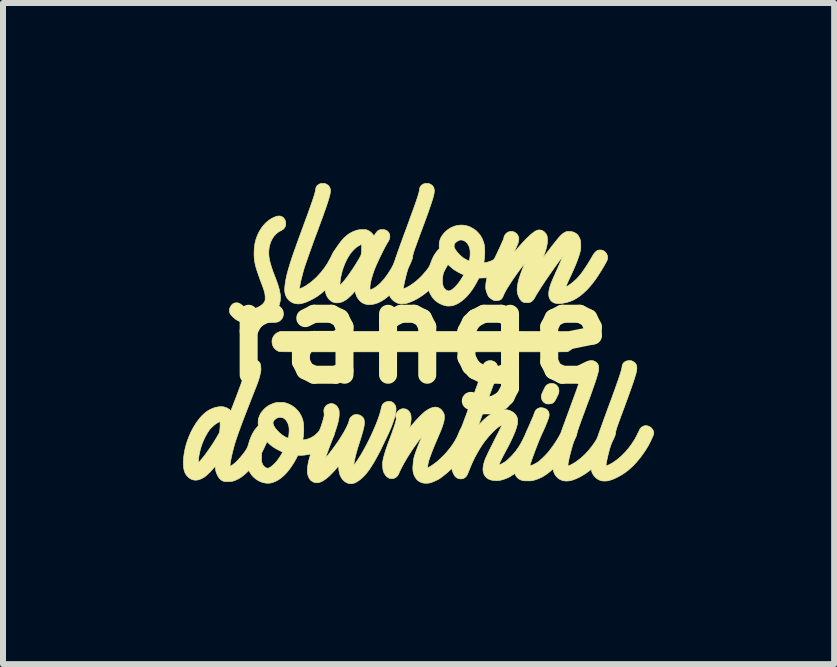
<source format=kicad_pcb>
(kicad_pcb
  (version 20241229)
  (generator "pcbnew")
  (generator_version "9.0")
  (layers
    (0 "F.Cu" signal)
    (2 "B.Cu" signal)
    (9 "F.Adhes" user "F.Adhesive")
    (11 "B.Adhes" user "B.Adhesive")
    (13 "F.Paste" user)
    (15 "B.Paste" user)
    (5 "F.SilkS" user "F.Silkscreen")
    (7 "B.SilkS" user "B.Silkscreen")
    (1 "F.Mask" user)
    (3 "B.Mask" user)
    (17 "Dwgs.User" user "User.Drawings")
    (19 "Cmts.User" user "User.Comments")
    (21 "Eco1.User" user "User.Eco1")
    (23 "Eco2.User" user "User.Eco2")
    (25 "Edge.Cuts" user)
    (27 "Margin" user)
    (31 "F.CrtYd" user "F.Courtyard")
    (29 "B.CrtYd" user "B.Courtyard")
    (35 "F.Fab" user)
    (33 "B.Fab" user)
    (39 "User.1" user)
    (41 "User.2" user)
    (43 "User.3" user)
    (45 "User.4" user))
  (footprint "range"
    (layer "F.Cu")
    (at 3.923 2.504)
    (property "Reference" "range" (at 0 0 0) (layer "F.SilkS") (effects (font (size 1.524 1.524) (thickness 0.3))))
    (attr through_hole)
    (fp_poly (pts (xy 2.245 0.836) (xy 2.273 0.845) (xy 2.297 0.86) (xy 2.307 0.871) (xy 2.325 0.895) (xy 2.335 0.92) (xy 2.339 0.949) (xy 2.339 0.957) (xy 2.339 0.968) (xy 2.338 0.978) (xy 2.336 0.988) (xy 2.333 0.999) (xy 2.327 1.013) (xy 2.319 1.032) (xy 2.307 1.056) (xy 2.291 1.089) (xy 2.277 1.115) (xy 2.264 1.135) (xy 2.251 1.149) (xy 2.238 1.16) (xy 2.223 1.167) (xy 2.214 1.17) (xy 2.191 1.175) (xy 2.165 1.176) (xy 2.141 1.175) (xy 2.124 1.171) (xy 2.097 1.157) (xy 2.075 1.137) (xy 2.059 1.113) (xy 2.049 1.085) (xy 2.045 1.055) (xy 2.049 1.024) (xy 2.049 1.022) (xy 2.053 1.013) (xy 2.059 0.997) (xy 2.068 0.978) (xy 2.078 0.956) (xy 2.085 0.942) (xy 2.098 0.916) (xy 2.108 0.896) (xy 2.117 0.882) (xy 2.125 0.871) (xy 2.133 0.863) (xy 2.134 0.862) (xy 2.159 0.846) (xy 2.186 0.837) (xy 2.216 0.833) (xy 2.245 0.836)) (stroke (width 0.01) (type solid)) (fill yes) (layer "F.SilkS"))
    (fp_poly (pts (xy 0.411 -0.034) (xy 0.564 -0.034) (xy 0.71 -0.034) (xy 0.847 -0.034) (xy 0.978 -0.034) (xy 1.101 -0.034) (xy 1.217 -0.034) (xy 1.326 -0.034) (xy 1.429 -0.034) (xy 1.525 -0.034) (xy 1.615 -0.034) (xy 1.699 -0.034) (xy 1.778 -0.033) (xy 1.85 -0.033) (xy 1.918 -0.033) (xy 1.98 -0.033) (xy 2.038 -0.033) (xy 2.091 -0.033) (xy 2.139 -0.033) (xy 2.183 -0.033) (xy 2.223 -0.032) (xy 2.259 -0.032) (xy 2.291 -0.032) (xy 2.32 -0.032) (xy 2.346 -0.032) (xy 2.368 -0.031) (xy 2.388 -0.031) (xy 2.405 -0.031) (xy 2.42 -0.03) (xy 2.432 -0.03) (xy 2.443 -0.03) (xy 2.452 -0.029) (xy 2.459 -0.029) (xy 2.465 -0.028) (xy 2.469 -0.028) (xy 2.473 -0.028) (xy 2.476 -0.027) (xy 2.478 -0.026) (xy 2.48 -0.026) (xy 2.481 -0.026) (xy 2.515 -0.011) (xy 2.544 0.009) (xy 2.567 0.033) (xy 2.584 0.061) (xy 2.596 0.092) (xy 2.601 0.124) (xy 2.601 0.156) (xy 2.595 0.188) (xy 2.582 0.219) (xy 2.564 0.247) (xy 2.539 0.272) (xy 2.508 0.292) (xy 2.503 0.295) (xy 2.479 0.307) (xy 0.087 0.308) (xy -0.083 0.308) (xy -0.245 0.308) (xy -0.399 0.308) (xy -0.545 0.308) (xy -0.684 0.308) (xy -0.815 0.308) (xy -0.938 0.308) (xy -1.055 0.308) (xy -1.165 0.308) (xy -1.268 0.308) (xy -1.365 0.308) (xy -1.456 0.308) (xy -1.541 0.308) (xy -1.62 0.308) (xy -1.693 0.308) (xy -1.761 0.308) (xy -1.824 0.308) (xy -1.882 0.308) (xy -1.935 0.308) (xy -1.984 0.308) (xy -2.028 0.307) (xy -2.069 0.307) (xy -2.105 0.307) (xy -2.138 0.307) (xy -2.167 0.307) (xy -2.193 0.306) (xy -2.216 0.306) (xy -2.236 0.306) (xy -2.253 0.306) (xy -2.268 0.305) (xy -2.28 0.305) (xy -2.291 0.305) (xy -2.3 0.304) (xy -2.307 0.304) (xy -2.313 0.303) (xy -2.317 0.303) (xy -2.32 0.302) (xy -2.323 0.302) (xy -2.325 0.301) (xy -2.327 0.301) (xy -2.36 0.285) (xy -2.388 0.263) (xy -2.411 0.237) (xy -2.427 0.208) (xy -2.437 0.176) (xy -2.442 0.144) (xy -2.44 0.11) (xy -2.431 0.078) (xy -2.416 0.047) (xy -2.394 0.02) (xy -2.376 0.003) (xy -2.349 -0.014) (xy -2.322 -0.025) (xy -2.294 -0.034) (xy 0.25 -0.034) (xy 0.411 -0.034)) (stroke (width 0.01) (type solid)) (fill yes) (layer "F.SilkS"))
    (fp_poly (pts (xy -2.294 -1.952) (xy -2.269 -1.941) (xy -2.247 -1.923) (xy -2.23 -1.9) (xy -2.218 -1.873) (xy -2.213 -1.842) (xy -2.213 -1.835) (xy -2.215 -1.802) (xy -2.223 -1.774) (xy -2.238 -1.751) (xy -2.259 -1.731) (xy -2.287 -1.715) (xy -2.333 -1.689) (xy -2.374 -1.656) (xy -2.409 -1.617) (xy -2.439 -1.572) (xy -2.463 -1.522) (xy -2.48 -1.467) (xy -2.487 -1.438) (xy -2.492 -1.4) (xy -2.495 -1.361) (xy -2.495 -1.321) (xy -2.492 -1.28) (xy -2.485 -1.237) (xy -2.475 -1.19) (xy -2.461 -1.14) (xy -2.444 -1.085) (xy -2.423 -1.024) (xy -2.397 -0.957) (xy -2.388 -0.934) (xy -2.364 -0.871) (xy -2.344 -0.814) (xy -2.328 -0.761) (xy -2.316 -0.713) (xy -2.307 -0.667) (xy -2.302 -0.637) (xy -2.3 -0.585) (xy -2.306 -0.531) (xy -2.319 -0.477) (xy -2.339 -0.424) (xy -2.367 -0.374) (xy -2.373 -0.364) (xy -2.389 -0.343) (xy -2.411 -0.319) (xy -2.435 -0.294) (xy -2.46 -0.272) (xy -2.484 -0.254) (xy -2.487 -0.251) (xy -2.532 -0.224) (xy -2.581 -0.201) (xy -2.633 -0.182) (xy -2.683 -0.168) (xy -2.689 -0.167) (xy -2.718 -0.163) (xy -2.75 -0.16) (xy -2.784 -0.159) (xy -2.817 -0.159) (xy -2.844 -0.161) (xy -2.848 -0.161) (xy -2.909 -0.173) (xy -2.966 -0.191) (xy -3.019 -0.217) (xy -3.046 -0.234) (xy -3.066 -0.25) (xy -3.087 -0.268) (xy -3.107 -0.288) (xy -3.124 -0.307) (xy -3.137 -0.325) (xy -3.141 -0.332) (xy -3.149 -0.359) (xy -3.151 -0.388) (xy -3.145 -0.418) (xy -3.133 -0.446) (xy -3.114 -0.473) (xy -3.113 -0.474) (xy -3.092 -0.493) (xy -3.067 -0.505) (xy -3.039 -0.509) (xy -3.029 -0.51) (xy -3.007 -0.507) (xy -2.986 -0.5) (xy -2.964 -0.487) (xy -2.939 -0.468) (xy -2.933 -0.463) (xy -2.899 -0.437) (xy -2.865 -0.42) (xy -2.829 -0.41) (xy -2.79 -0.407) (xy -2.761 -0.409) (xy -2.722 -0.417) (xy -2.683 -0.431) (xy -2.648 -0.449) (xy -2.616 -0.471) (xy -2.589 -0.496) (xy -2.568 -0.522) (xy -2.565 -0.529) (xy -2.56 -0.539) (xy -2.557 -0.548) (xy -2.556 -0.559) (xy -2.555 -0.575) (xy -2.555 -0.597) (xy -2.555 -0.616) (xy -2.557 -0.634) (xy -2.559 -0.651) (xy -2.562 -0.67) (xy -2.567 -0.691) (xy -2.574 -0.714) (xy -2.583 -0.741) (xy -2.594 -0.774) (xy -2.608 -0.812) (xy -2.623 -0.851) (xy -2.646 -0.913) (xy -2.665 -0.968) (xy -2.682 -1.017) (xy -2.697 -1.061) (xy -2.708 -1.1) (xy -2.718 -1.136) (xy -2.725 -1.169) (xy -2.731 -1.201) (xy -2.735 -1.232) (xy -2.738 -1.264) (xy -2.74 -1.296) (xy -2.74 -1.33) (xy -2.74 -1.336) (xy -2.737 -1.417) (xy -2.727 -1.493) (xy -2.709 -1.565) (xy -2.685 -1.633) (xy -2.653 -1.698) (xy -2.614 -1.76) (xy -2.582 -1.802) (xy -2.552 -1.834) (xy -2.52 -1.863) (xy -2.485 -1.89) (xy -2.449 -1.913) (xy -2.412 -1.932) (xy -2.377 -1.946) (xy -2.345 -1.954) (xy -2.323 -1.956) (xy -2.294 -1.952)) (stroke (width 0.01) (type solid)) (fill yes) (layer "F.SilkS"))
    (fp_poly (pts (xy -2.739 0.437) (xy -2.712 0.443) (xy -2.697 0.449) (xy -2.674 0.461) (xy -2.657 0.474) (xy -2.645 0.49) (xy -2.637 0.508) (xy -2.631 0.533) (xy -2.628 0.561) (xy -2.626 0.579) (xy -2.626 0.594) (xy -2.626 0.608) (xy -2.627 0.622) (xy -2.63 0.638) (xy -2.635 0.661) (xy -2.637 0.672) (xy -2.644 0.704) (xy -2.651 0.733) (xy -2.66 0.762) (xy -2.67 0.793) (xy -2.682 0.827) (xy -2.697 0.866) (xy -2.704 0.885) (xy -2.744 0.986) (xy -2.781 1.08) (xy -2.815 1.167) (xy -2.847 1.248) (xy -2.875 1.322) (xy -2.902 1.39) (xy -2.926 1.453) (xy -2.947 1.511) (xy -2.967 1.564) (xy -2.985 1.614) (xy -3.002 1.659) (xy -3.016 1.701) (xy -3.03 1.74) (xy -3.042 1.777) (xy -3.053 1.811) (xy -3.063 1.844) (xy -3.072 1.875) (xy -3.08 1.906) (xy -3.088 1.936) (xy -3.096 1.966) (xy -3.096 1.967) (xy -3.105 2.005) (xy -3.114 2.042) (xy -3.121 2.078) (xy -3.128 2.111) (xy -3.133 2.142) (xy -3.137 2.168) (xy -3.139 2.189) (xy -3.14 2.204) (xy -3.139 2.213) (xy -3.138 2.214) (xy -3.133 2.212) (xy -3.122 2.206) (xy -3.108 2.197) (xy -3.1 2.192) (xy -3.073 2.171) (xy -3.042 2.144) (xy -3.01 2.112) (xy -3.005 2.107) (xy -2.616 2.107) (xy -2.615 2.122) (xy -2.614 2.134) (xy -2.612 2.146) (xy -2.608 2.158) (xy -2.608 2.158) (xy -2.595 2.188) (xy -2.576 2.214) (xy -2.552 2.233) (xy -2.545 2.237) (xy -2.529 2.244) (xy -2.516 2.247) (xy -2.502 2.245) (xy -2.485 2.238) (xy -2.477 2.234) (xy -2.458 2.222) (xy -2.436 2.205) (xy -2.413 2.183) (xy -2.388 2.159) (xy -2.365 2.133) (xy -2.345 2.107) (xy -2.341 2.103) (xy -2.33 2.086) (xy -2.317 2.067) (xy -2.304 2.047) (xy -2.292 2.028) (xy -2.281 2.01) (xy -2.272 1.995) (xy -2.266 1.985) (xy -2.265 1.981) (xy -2.268 1.978) (xy -2.278 1.972) (xy -2.293 1.964) (xy -2.311 1.955) (xy -2.317 1.952) (xy -2.37 1.925) (xy -2.418 1.895) (xy -2.462 1.863) (xy -2.492 1.836) (xy -2.526 1.803) (xy -2.534 1.823) (xy -2.538 1.834) (xy -2.545 1.85) (xy -2.555 1.87) (xy -2.566 1.894) (xy -2.577 1.918) (xy -2.613 1.992) (xy -2.615 2.06) (xy -2.616 2.087) (xy -2.616 2.107) (xy -3.005 2.107) (xy -2.977 2.076) (xy -2.945 2.038) (xy -2.914 1.999) (xy -2.886 1.96) (xy -2.871 1.937) (xy -2.859 1.916) (xy -2.849 1.896) (xy -2.841 1.873) (xy -2.836 1.856) (xy -2.815 1.785) (xy -2.79 1.721) (xy -2.762 1.663) (xy -2.731 1.612) (xy -2.696 1.569) (xy -2.693 1.565) (xy -2.681 1.552) (xy -2.673 1.542) (xy -2.669 1.534) (xy -2.669 1.533) (xy -2.671 1.526) (xy -2.672 1.512) (xy -2.672 1.494) (xy -2.672 1.482) (xy -2.424 1.482) (xy -2.423 1.502) (xy -2.42 1.517) (xy -2.409 1.543) (xy -2.392 1.571) (xy -2.37 1.6) (xy -2.343 1.63) (xy -2.314 1.658) (xy -2.282 1.685) (xy -2.25 1.707) (xy -2.219 1.726) (xy -2.202 1.734) (xy -2.189 1.739) (xy -2.178 1.743) (xy -2.173 1.744) (xy -2.17 1.74) (xy -2.167 1.73) (xy -2.164 1.716) (xy -2.163 1.713) (xy -2.161 1.696) (xy -2.159 1.674) (xy -2.157 1.649) (xy -2.156 1.632) (xy -2.156 1.592) (xy -2.159 1.558) (xy -2.167 1.527) (xy -2.178 1.496) (xy -2.184 1.483) (xy -2.204 1.452) (xy -2.227 1.428) (xy -2.253 1.41) (xy -2.281 1.401) (xy -2.31 1.398) (xy -2.339 1.403) (xy -2.368 1.416) (xy -2.395 1.437) (xy -2.405 1.446) (xy -2.418 1.464) (xy -2.424 1.482) (xy -2.672 1.482) (xy -2.672 1.474) (xy -2.671 1.455) (xy -2.669 1.437) (xy -2.667 1.425) (xy -2.66 1.4) (xy -2.649 1.372) (xy -2.636 1.345) (xy -2.621 1.32) (xy -2.62 1.318) (xy -2.605 1.299) (xy -2.586 1.277) (xy -2.565 1.255) (xy -2.543 1.235) (xy -2.524 1.22) (xy -2.522 1.218) (xy -2.474 1.19) (xy -2.421 1.168) (xy -2.402 1.161) (xy -2.385 1.157) (xy -2.37 1.153) (xy -2.355 1.151) (xy -2.336 1.15) (xy -2.312 1.15) (xy -2.305 1.15) (xy -2.278 1.15) (xy -2.258 1.151) (xy -2.241 1.152) (xy -2.226 1.155) (xy -2.214 1.159) (xy -2.157 1.179) (xy -2.106 1.206) (xy -2.059 1.24) (xy -2.018 1.28) (xy -1.983 1.325) (xy -1.954 1.376) (xy -1.932 1.431) (xy -1.927 1.45) (xy -1.921 1.478) (xy -1.916 1.512) (xy -1.914 1.552) (xy -1.913 1.594) (xy -1.913 1.637) (xy -1.916 1.679) (xy -1.92 1.718) (xy -1.922 1.734) (xy -1.925 1.753) (xy -1.926 1.766) (xy -1.925 1.772) (xy -1.92 1.775) (xy -1.911 1.774) (xy -1.902 1.773) (xy -1.849 1.761) (xy -1.798 1.741) (xy -1.749 1.714) (xy -1.744 1.71) (xy -1.729 1.699) (xy -1.711 1.683) (xy -1.692 1.665) (xy -1.674 1.647) (xy -1.66 1.63) (xy -1.656 1.625) (xy -1.65 1.615) (xy -1.643 1.6) (xy -1.634 1.578) (xy -1.624 1.549) (xy -1.612 1.513) (xy -1.601 1.477) (xy -1.59 1.441) (xy -1.582 1.412) (xy -1.576 1.388) (xy -1.573 1.368) (xy -1.572 1.351) (xy -1.573 1.336) (xy -1.575 1.321) (xy -1.578 1.288) (xy -1.574 1.259) (xy -1.568 1.243) (xy -1.55 1.216) (xy -1.527 1.194) (xy -1.5 1.179) (xy -1.471 1.171) (xy -1.441 1.17) (xy -1.421 1.174) (xy -1.392 1.187) (xy -1.367 1.206) (xy -1.347 1.233) (xy -1.339 1.247) (xy -1.332 1.262) (xy -1.327 1.275) (xy -1.324 1.288) (xy -1.323 1.304) (xy -1.322 1.323) (xy -1.322 1.358) (xy -1.325 1.397) (xy -1.332 1.438) (xy -1.342 1.484) (xy -1.356 1.535) (xy -1.374 1.592) (xy -1.38 1.609) (xy -1.387 1.632) (xy -1.394 1.652) (xy -1.399 1.67) (xy -1.403 1.682) (xy -1.403 1.685) (xy -1.407 1.698) (xy -1.413 1.713) (xy -1.417 1.72) (xy -1.42 1.728) (xy -1.426 1.742) (xy -1.434 1.762) (xy -1.443 1.786) (xy -1.454 1.814) (xy -1.466 1.844) (xy -1.478 1.876) (xy -1.49 1.909) (xy -1.502 1.94) (xy -1.513 1.971) (xy -1.523 1.999) (xy -1.532 2.023) (xy -1.539 2.044) (xy -1.545 2.059) (xy -1.547 2.067) (xy -1.548 2.069) (xy -1.544 2.067) (xy -1.536 2.059) (xy -1.524 2.046) (xy -1.509 2.028) (xy -1.492 2.006) (xy -1.472 1.981) (xy -1.451 1.953) (xy -1.43 1.925) (xy -1.408 1.895) (xy -1.386 1.865) (xy -1.365 1.836) (xy -1.346 1.809) (xy -1.329 1.784) (xy -1.327 1.78) (xy -1.286 1.716) (xy -1.25 1.657) (xy -1.22 1.603) (xy -1.195 1.554) (xy -1.175 1.51) (xy -1.16 1.468) (xy -1.152 1.437) (xy -1.146 1.422) (xy -1.138 1.407) (xy -1.137 1.406) (xy -1.124 1.392) (xy -1.108 1.378) (xy -1.09 1.365) (xy -1.073 1.357) (xy -1.068 1.355) (xy -1.038 1.351) (xy -1.008 1.354) (xy -0.978 1.363) (xy -0.951 1.378) (xy -0.929 1.398) (xy -0.913 1.42) (xy -0.907 1.439) (xy -0.903 1.464) (xy -0.902 1.493) (xy -0.904 1.524) (xy -0.908 1.547) (xy -0.915 1.58) (xy -0.925 1.62) (xy -0.938 1.668) (xy -0.954 1.722) (xy -0.973 1.783) (xy -0.995 1.851) (xy -0.997 1.858) (xy -1.011 1.901) (xy -1.024 1.945) (xy -1.036 1.988) (xy -1.047 2.029) (xy -1.056 2.068) (xy -1.064 2.103) (xy -1.07 2.133) (xy -1.074 2.158) (xy -1.075 2.175) (xy -1.075 2.194) (xy -1.065 2.182) (xy -1.058 2.172) (xy -1.047 2.156) (xy -1.033 2.135) (xy -1.017 2.112) (xy -1.001 2.087) (xy -0.985 2.062) (xy -0.969 2.038) (xy -0.956 2.016) (xy -0.952 2.009) (xy -0.91 1.936) (xy -0.868 1.857) (xy -0.825 1.774) (xy -0.784 1.688) (xy -0.745 1.601) (xy -0.709 1.516) (xy -0.704 1.504) (xy -0.684 1.452) (xy -0.667 1.406) (xy -0.653 1.364) (xy -0.64 1.324) (xy -0.63 1.284) (xy -0.624 1.26) (xy -0.617 1.231) (xy -0.611 1.209) (xy -0.604 1.192) (xy -0.596 1.179) (xy -0.586 1.168) (xy -0.573 1.159) (xy -0.568 1.155) (xy -0.537 1.14) (xy -0.506 1.132) (xy -0.476 1.132) (xy -0.447 1.141) (xy -0.421 1.157) (xy -0.414 1.163) (xy -0.395 1.187) (xy -0.381 1.215) (xy -0.375 1.247) (xy -0.376 1.285) (xy -0.379 1.309) (xy -0.387 1.351) (xy -0.397 1.393) (xy -0.409 1.436) (xy -0.424 1.48) (xy -0.441 1.527) (xy -0.461 1.578) (xy -0.485 1.633) (xy -0.512 1.693) (xy -0.543 1.759) (xy -0.553 1.779) (xy -0.568 1.81) (xy -0.583 1.841) (xy -0.596 1.869) (xy -0.609 1.894) (xy -0.618 1.915) (xy -0.625 1.929) (xy -0.627 1.933) (xy -0.634 1.948) (xy -0.644 1.968) (xy -0.657 1.992) (xy -0.67 2.017) (xy -0.681 2.037) (xy -0.72 2.108) (xy -0.757 2.171) (xy -0.792 2.227) (xy -0.826 2.277) (xy -0.859 2.321) (xy -0.892 2.36) (xy -0.925 2.394) (xy -0.958 2.424) (xy -0.986 2.446) (xy -1.025 2.472) (xy -1.06 2.491) (xy -1.094 2.502) (xy -1.126 2.505) (xy -1.157 2.502) (xy -1.168 2.5) (xy -1.203 2.485) (xy -1.236 2.464) (xy -1.264 2.436) (xy -1.288 2.403) (xy -1.307 2.365) (xy -1.32 2.322) (xy -1.328 2.277) (xy -1.329 2.246) (xy -1.33 2.23) (xy -1.331 2.217) (xy -1.332 2.211) (xy -1.332 2.21) (xy -1.336 2.213) (xy -1.344 2.222) (xy -1.355 2.234) (xy -1.365 2.247) (xy -1.402 2.289) (xy -1.44 2.33) (xy -1.478 2.368) (xy -1.516 2.402) (xy -1.553 2.431) (xy -1.583 2.452) (xy -1.617 2.47) (xy -1.647 2.482) (xy -1.677 2.488) (xy -1.702 2.489) (xy -1.736 2.483) (xy -1.767 2.47) (xy -1.794 2.45) (xy -1.817 2.423) (xy -1.834 2.39) (xy -1.847 2.351) (xy -1.848 2.345) (xy -1.853 2.312) (xy -1.853 2.274) (xy -1.849 2.23) (xy -1.842 2.182) (xy -1.832 2.131) (xy -1.818 2.078) (xy -1.813 2.063) (xy -1.808 2.044) (xy -1.804 2.028) (xy -1.801 2.017) (xy -1.8 2.012) (xy -1.8 2.012) (xy -1.805 2.012) (xy -1.816 2.014) (xy -1.829 2.017) (xy -1.858 2.022) (xy -1.891 2.027) (xy -1.926 2.03) (xy -1.96 2.032) (xy -1.975 2.032) (xy -2.011 2.032) (xy -2.028 2.066) (xy -2.049 2.105) (xy -2.073 2.148) (xy -2.1 2.191) (xy -2.127 2.231) (xy -2.15 2.263) (xy -2.194 2.318) (xy -2.241 2.366) (xy -2.289 2.408) (xy -2.338 2.442) (xy -2.387 2.468) (xy -2.437 2.487) (xy -2.448 2.49) (xy -2.492 2.497) (xy -2.537 2.496) (xy -2.583 2.488) (xy -2.628 2.473) (xy -2.671 2.453) (xy -2.712 2.426) (xy -2.749 2.394) (xy -2.782 2.358) (xy -2.809 2.317) (xy -2.81 2.316) (xy -2.817 2.302) (xy -2.823 2.292) (xy -2.826 2.287) (xy -2.826 2.286) (xy -2.83 2.289) (xy -2.838 2.296) (xy -2.85 2.307) (xy -2.865 2.32) (xy -2.87 2.326) (xy -2.912 2.362) (xy -2.951 2.393) (xy -2.991 2.418) (xy -3.017 2.431) (xy -3.048 2.446) (xy -3.076 2.457) (xy -3.102 2.464) (xy -3.13 2.468) (xy -3.162 2.47) (xy -3.177 2.47) (xy -3.201 2.47) (xy -3.218 2.47) (xy -3.231 2.469) (xy -3.241 2.467) (xy -3.25 2.463) (xy -3.261 2.459) (xy -3.264 2.457) (xy -3.292 2.441) (xy -3.315 2.419) (xy -3.336 2.391) (xy -3.35 2.365) (xy -3.368 2.324) (xy -3.379 2.285) (xy -3.385 2.246) (xy -3.387 2.232) (xy -3.389 2.222) (xy -3.39 2.219) (xy -3.394 2.222) (xy -3.402 2.23) (xy -3.412 2.242) (xy -3.423 2.255) (xy -3.444 2.279) (xy -3.468 2.305) (xy -3.494 2.33) (xy -3.519 2.354) (xy -3.544 2.375) (xy -3.564 2.391) (xy -3.568 2.394) (xy -3.612 2.419) (xy -3.653 2.436) (xy -3.693 2.445) (xy -3.731 2.445) (xy -3.767 2.438) (xy -3.802 2.422) (xy -3.834 2.398) (xy -3.844 2.389) (xy -3.866 2.364) (xy -3.884 2.337) (xy -3.897 2.307) (xy -3.907 2.274) (xy -3.914 2.235) (xy -3.917 2.191) (xy -3.918 2.151) (xy -3.917 2.135) (xy -3.667 2.135) (xy -3.667 2.146) (xy -3.665 2.151) (xy -3.665 2.151) (xy -3.661 2.148) (xy -3.653 2.139) (xy -3.642 2.127) (xy -3.629 2.112) (xy -3.628 2.111) (xy -3.597 2.075) (xy -3.563 2.032) (xy -3.528 1.984) (xy -3.491 1.932) (xy -3.453 1.877) (xy -3.416 1.82) (xy -3.38 1.762) (xy -3.352 1.714) (xy -3.339 1.692) (xy -3.329 1.675) (xy -3.322 1.661) (xy -3.318 1.65) (xy -3.315 1.639) (xy -3.313 1.627) (xy -3.311 1.612) (xy -3.311 1.612) (xy -3.309 1.59) (xy -3.307 1.563) (xy -3.306 1.536) (xy -3.306 1.522) (xy -3.306 1.472) (xy -3.317 1.475) (xy -3.337 1.483) (xy -3.36 1.496) (xy -3.386 1.514) (xy -3.413 1.536) (xy -3.44 1.561) (xy -3.46 1.581) (xy -3.476 1.598) (xy -3.489 1.615) (xy -3.501 1.633) (xy -3.516 1.656) (xy -3.519 1.662) (xy -3.551 1.719) (xy -3.578 1.774) (xy -3.601 1.828) (xy -3.621 1.885) (xy -3.638 1.945) (xy -3.653 2.012) (xy -3.654 2.015) (xy -3.657 2.034) (xy -3.66 2.055) (xy -3.663 2.077) (xy -3.665 2.099) (xy -3.666 2.119) (xy -3.667 2.135) (xy -3.917 2.135) (xy -3.914 2.068) (xy -3.902 1.983) (xy -3.884 1.897) (xy -3.859 1.811) (xy -3.828 1.727) (xy -3.792 1.644) (xy -3.75 1.565) (xy -3.704 1.491) (xy -3.653 1.423) (xy -3.653 1.422) (xy -3.609 1.372) (xy -3.563 1.329) (xy -3.517 1.294) (xy -3.468 1.266) (xy -3.416 1.244) (xy -3.401 1.239) (xy -3.349 1.226) (xy -3.301 1.221) (xy -3.256 1.223) (xy -3.214 1.233) (xy -3.176 1.251) (xy -3.15 1.269) (xy -3.139 1.278) (xy -3.13 1.284) (xy -3.126 1.285) (xy -3.126 1.285) (xy -3.124 1.283) (xy -3.121 1.276) (xy -3.116 1.264) (xy -3.11 1.246) (xy -3.101 1.224) (xy -3.09 1.195) (xy -3.077 1.161) (xy -3.061 1.119) (xy -3.043 1.072) (xy -3.022 1.017) (xy -2.999 0.954) (xy -2.985 0.917) (xy -2.965 0.864) (xy -2.947 0.813) (xy -2.93 0.764) (xy -2.915 0.718) (xy -2.901 0.676) (xy -2.89 0.638) (xy -2.881 0.606) (xy -2.875 0.579) (xy -2.871 0.559) (xy -2.87 0.549) (xy -2.866 0.521) (xy -2.855 0.494) (xy -2.838 0.471) (xy -2.816 0.453) (xy -2.794 0.442) (xy -2.768 0.437) (xy -2.739 0.437)) (stroke (width 0.01) (type solid)) (fill yes) (layer "F.SilkS"))
    (fp_poly (pts (xy 3.542 0.455) (xy 3.556 0.46) (xy 3.586 0.475) (xy 3.609 0.494) (xy 3.625 0.517) (xy 3.635 0.545) (xy 3.638 0.578) (xy 3.634 0.616) (xy 3.628 0.646) (xy 3.621 0.676) (xy 3.61 0.711) (xy 3.597 0.753) (xy 3.582 0.801) (xy 3.563 0.855) (xy 3.542 0.916) (xy 3.518 0.983) (xy 3.491 1.058) (xy 3.461 1.14) (xy 3.44 1.198) (xy 3.414 1.268) (xy 3.391 1.33) (xy 3.37 1.385) (xy 3.353 1.434) (xy 3.337 1.476) (xy 3.324 1.513) (xy 3.313 1.544) (xy 3.304 1.57) (xy 3.297 1.592) (xy 3.292 1.61) (xy 3.288 1.624) (xy 3.285 1.636) (xy 3.284 1.644) (xy 3.284 1.65) (xy 3.284 1.652) (xy 3.283 1.667) (xy 3.278 1.688) (xy 3.269 1.714) (xy 3.255 1.746) (xy 3.237 1.785) (xy 3.232 1.796) (xy 3.219 1.822) (xy 3.208 1.852) (xy 3.196 1.885) (xy 3.184 1.924) (xy 3.172 1.969) (xy 3.164 2) (xy 3.156 2.032) (xy 3.149 2.064) (xy 3.142 2.096) (xy 3.135 2.125) (xy 3.13 2.151) (xy 3.127 2.172) (xy 3.125 2.187) (xy 3.124 2.192) (xy 3.125 2.202) (xy 3.128 2.205) (xy 3.137 2.204) (xy 3.138 2.203) (xy 3.15 2.199) (xy 3.168 2.191) (xy 3.189 2.181) (xy 3.212 2.168) (xy 3.236 2.154) (xy 3.259 2.139) (xy 3.268 2.133) (xy 3.328 2.088) (xy 3.387 2.036) (xy 3.444 1.978) (xy 3.498 1.915) (xy 3.548 1.848) (xy 3.594 1.778) (xy 3.608 1.755) (xy 3.616 1.739) (xy 3.627 1.719) (xy 3.639 1.694) (xy 3.652 1.668) (xy 3.661 1.65) (xy 3.674 1.625) (xy 3.683 1.605) (xy 3.691 1.591) (xy 3.698 1.581) (xy 3.705 1.573) (xy 3.712 1.566) (xy 3.716 1.563) (xy 3.743 1.547) (xy 3.771 1.538) (xy 3.8 1.538) (xy 3.83 1.545) (xy 3.858 1.559) (xy 3.882 1.578) (xy 3.901 1.602) (xy 3.914 1.629) (xy 3.919 1.651) (xy 3.919 1.662) (xy 3.918 1.673) (xy 3.914 1.686) (xy 3.908 1.705) (xy 3.905 1.711) (xy 3.872 1.786) (xy 3.832 1.863) (xy 3.787 1.939) (xy 3.737 2.012) (xy 3.684 2.083) (xy 3.628 2.15) (xy 3.57 2.211) (xy 3.511 2.265) (xy 3.486 2.286) (xy 3.438 2.322) (xy 3.386 2.356) (xy 3.332 2.386) (xy 3.279 2.413) (xy 3.228 2.435) (xy 3.18 2.45) (xy 3.177 2.451) (xy 3.148 2.457) (xy 3.115 2.46) (xy 3.083 2.46) (xy 3.053 2.457) (xy 3.036 2.453) (xy 2.999 2.438) (xy 2.966 2.417) (xy 2.936 2.39) (xy 2.912 2.359) (xy 2.893 2.325) (xy 2.882 2.29) (xy 2.878 2.265) (xy 2.843 2.292) (xy 2.792 2.329) (xy 2.739 2.363) (xy 2.684 2.394) (xy 2.63 2.42) (xy 2.578 2.44) (xy 2.542 2.451) (xy 2.509 2.457) (xy 2.473 2.46) (xy 2.438 2.459) (xy 2.406 2.454) (xy 2.396 2.451) (xy 2.359 2.436) (xy 2.325 2.413) (xy 2.296 2.385) (xy 2.272 2.352) (xy 2.255 2.316) (xy 2.247 2.288) (xy 2.244 2.275) (xy 2.242 2.265) (xy 2.241 2.261) (xy 2.238 2.263) (xy 2.229 2.27) (xy 2.217 2.279) (xy 2.207 2.288) (xy 2.156 2.33) (xy 2.106 2.365) (xy 2.056 2.395) (xy 2.004 2.419) (xy 1.949 2.439) (xy 1.928 2.445) (xy 1.911 2.45) (xy 1.896 2.453) (xy 1.882 2.455) (xy 1.866 2.457) (xy 1.846 2.457) (xy 1.82 2.457) (xy 1.788 2.457) (xy 1.76 2.456) (xy 1.74 2.453) (xy 1.731 2.452) (xy 1.699 2.44) (xy 1.669 2.424) (xy 1.644 2.403) (xy 1.625 2.379) (xy 1.614 2.358) (xy 1.609 2.346) (xy 1.606 2.338) (xy 1.604 2.337) (xy 1.6 2.339) (xy 1.59 2.345) (xy 1.576 2.354) (xy 1.566 2.36) (xy 1.529 2.384) (xy 1.493 2.403) (xy 1.455 2.419) (xy 1.414 2.434) (xy 1.38 2.443) (xy 1.359 2.448) (xy 1.339 2.451) (xy 1.315 2.453) (xy 1.293 2.453) (xy 1.246 2.45) (xy 1.206 2.443) (xy 1.171 2.43) (xy 1.141 2.411) (xy 1.127 2.399) (xy 1.103 2.371) (xy 1.087 2.339) (xy 1.077 2.303) (xy 1.073 2.263) (xy 1.077 2.218) (xy 1.087 2.169) (xy 1.104 2.114) (xy 1.114 2.088) (xy 1.121 2.072) (xy 1.131 2.05) (xy 1.145 2.021) (xy 1.161 1.986) (xy 1.18 1.947) (xy 1.202 1.903) (xy 1.225 1.857) (xy 1.25 1.807) (xy 1.276 1.755) (xy 1.303 1.702) (xy 1.32 1.67) (xy 1.339 1.631) (xy 1.355 1.599) (xy 1.367 1.574) (xy 1.376 1.555) (xy 1.381 1.542) (xy 1.383 1.535) (xy 1.382 1.533) (xy 1.378 1.534) (xy 1.368 1.539) (xy 1.355 1.546) (xy 1.348 1.55) (xy 1.326 1.564) (xy 1.301 1.585) (xy 1.272 1.61) (xy 1.241 1.64) (xy 1.209 1.673) (xy 1.177 1.708) (xy 1.146 1.745) (xy 1.116 1.782) (xy 1.108 1.791) (xy 1.048 1.876) (xy 0.991 1.969) (xy 0.937 2.068) (xy 0.886 2.175) (xy 0.84 2.288) (xy 0.836 2.298) (xy 0.823 2.33) (xy 0.812 2.355) (xy 0.8 2.374) (xy 0.788 2.389) (xy 0.775 2.401) (xy 0.759 2.412) (xy 0.734 2.422) (xy 0.705 2.425) (xy 0.677 2.422) (xy 0.649 2.413) (xy 0.625 2.397) (xy 0.618 2.392) (xy 0.605 2.376) (xy 0.591 2.354) (xy 0.578 2.329) (xy 0.567 2.302) (xy 0.56 2.28) (xy 0.553 2.251) (xy 0.528 2.276) (xy 0.502 2.3) (xy 0.474 2.325) (xy 0.443 2.35) (xy 0.413 2.374) (xy 0.384 2.396) (xy 0.358 2.415) (xy 0.336 2.429) (xy 0.335 2.43) (xy 0.312 2.442) (xy 0.285 2.455) (xy 0.256 2.467) (xy 0.228 2.479) (xy 0.203 2.487) (xy 0.19 2.491) (xy 0.168 2.495) (xy 0.141 2.497) (xy 0.114 2.497) (xy 0.088 2.495) (xy 0.068 2.492) (xy 0.068 2.492) (xy 0.029 2.477) (xy -0.004 2.458) (xy -0.032 2.432) (xy -0.055 2.399) (xy -0.075 2.36) (xy -0.086 2.326) (xy -0.093 2.287) (xy -0.095 2.248) (xy -0.095 2.229) (xy -0.091 2.184) (xy -0.088 2.147) (xy -0.084 2.115) (xy -0.08 2.089) (xy -0.075 2.068) (xy -0.074 2.062) (xy -0.064 2.029) (xy -0.051 1.99) (xy -0.035 1.946) (xy -0.018 1.9) (xy 0.001 1.852) (xy 0.021 1.804) (xy 0.036 1.77) (xy 0.043 1.752) (xy 0.049 1.738) (xy 0.053 1.728) (xy 0.053 1.724) (xy 0.05 1.727) (xy 0.043 1.735) (xy 0.032 1.749) (xy 0.018 1.767) (xy 0.002 1.789) (xy -0.016 1.814) (xy -0.035 1.84) (xy -0.054 1.868) (xy -0.074 1.895) (xy -0.092 1.922) (xy -0.109 1.946) (xy -0.158 2.022) (xy -0.203 2.094) (xy -0.242 2.162) (xy -0.277 2.228) (xy -0.309 2.292) (xy -0.326 2.33) (xy -0.341 2.361) (xy -0.359 2.383) (xy -0.379 2.4) (xy -0.39 2.407) (xy -0.419 2.418) (xy -0.448 2.42) (xy -0.471 2.418) (xy -0.498 2.409) (xy -0.522 2.394) (xy -0.544 2.372) (xy -0.553 2.36) (xy -0.567 2.338) (xy -0.578 2.319) (xy -0.585 2.299) (xy -0.591 2.277) (xy -0.595 2.25) (xy -0.597 2.222) (xy -0.599 2.199) (xy -0.6 2.181) (xy -0.6 2.167) (xy -0.599 2.153) (xy -0.597 2.137) (xy -0.593 2.118) (xy -0.589 2.095) (xy -0.581 2.062) (xy -0.57 2.022) (xy -0.557 1.978) (xy -0.542 1.93) (xy -0.525 1.881) (xy -0.508 1.833) (xy -0.495 1.799) (xy -0.482 1.764) (xy -0.468 1.727) (xy -0.454 1.689) (xy -0.44 1.652) (xy -0.428 1.615) (xy -0.416 1.582) (xy -0.406 1.552) (xy -0.397 1.527) (xy -0.392 1.509) (xy -0.39 1.503) (xy -0.385 1.483) (xy -0.379 1.464) (xy -0.375 1.449) (xy -0.375 1.446) (xy -0.371 1.432) (xy -0.372 1.421) (xy -0.375 1.409) (xy -0.381 1.381) (xy -0.378 1.354) (xy -0.368 1.328) (xy -0.348 1.302) (xy -0.342 1.296) (xy -0.32 1.276) (xy -0.298 1.264) (xy -0.275 1.257) (xy -0.252 1.255) (xy -0.219 1.259) (xy -0.19 1.271) (xy -0.166 1.29) (xy -0.146 1.315) (xy -0.135 1.339) (xy -0.127 1.366) (xy -0.124 1.4) (xy -0.124 1.438) (xy -0.128 1.479) (xy -0.136 1.52) (xy -0.142 1.543) (xy -0.152 1.577) (xy -0.14 1.564) (xy -0.134 1.556) (xy -0.123 1.544) (xy -0.11 1.527) (xy -0.093 1.508) (xy -0.078 1.49) (xy -0.054 1.462) (xy -0.027 1.433) (xy 0.001 1.404) (xy 0.029 1.375) (xy 0.056 1.349) (xy 0.081 1.326) (xy 0.102 1.307) (xy 0.119 1.295) (xy 0.16 1.268) (xy 0.199 1.248) (xy 0.236 1.235) (xy 0.27 1.229) (xy 0.293 1.229) (xy 0.326 1.237) (xy 0.356 1.252) (xy 0.382 1.274) (xy 0.404 1.303) (xy 0.414 1.32) (xy 0.421 1.335) (xy 0.426 1.347) (xy 0.428 1.358) (xy 0.429 1.372) (xy 0.43 1.391) (xy 0.43 1.395) (xy 0.429 1.414) (xy 0.428 1.434) (xy 0.425 1.454) (xy 0.42 1.476) (xy 0.414 1.5) (xy 0.405 1.527) (xy 0.395 1.557) (xy 0.382 1.592) (xy 0.366 1.632) (xy 0.347 1.677) (xy 0.325 1.729) (xy 0.305 1.775) (xy 0.273 1.85) (xy 0.245 1.918) (xy 0.221 1.979) (xy 0.201 2.033) (xy 0.184 2.08) (xy 0.171 2.121) (xy 0.162 2.157) (xy 0.156 2.186) (xy 0.154 2.205) (xy 0.153 2.22) (xy 0.153 2.233) (xy 0.154 2.239) (xy 0.155 2.239) (xy 0.159 2.237) (xy 0.17 2.232) (xy 0.184 2.224) (xy 0.194 2.218) (xy 0.252 2.18) (xy 0.31 2.136) (xy 0.366 2.085) (xy 0.422 2.031) (xy 0.474 1.973) (xy 0.524 1.912) (xy 0.569 1.85) (xy 0.608 1.788) (xy 0.642 1.726) (xy 0.667 1.668) (xy 0.679 1.637) (xy 0.69 1.613) (xy 0.7 1.595) (xy 0.707 1.583) (xy 0.711 1.576) (xy 0.717 1.562) (xy 0.725 1.543) (xy 0.734 1.521) (xy 0.74 1.503) (xy 0.746 1.486) (xy 0.755 1.462) (xy 0.766 1.432) (xy 0.779 1.397) (xy 0.794 1.358) (xy 0.809 1.316) (xy 0.826 1.272) (xy 0.843 1.227) (xy 0.855 1.194) (xy 0.886 1.113) (xy 0.913 1.039) (xy 0.938 0.972) (xy 0.96 0.912) (xy 0.98 0.858) (xy 0.997 0.81) (xy 1.012 0.767) (xy 1.025 0.729) (xy 1.036 0.696) (xy 1.045 0.667) (xy 1.053 0.641) (xy 1.059 0.619) (xy 1.064 0.599) (xy 1.068 0.582) (xy 1.071 0.567) (xy 1.071 0.563) (xy 1.078 0.531) (xy 1.088 0.506) (xy 1.103 0.487) (xy 1.108 0.483) (xy 1.134 0.466) (xy 1.162 0.457) (xy 1.192 0.453) (xy 1.221 0.456) (xy 1.249 0.465) (xy 1.274 0.479) (xy 1.294 0.499) (xy 1.302 0.51) (xy 1.311 0.531) (xy 1.317 0.555) (xy 1.319 0.583) (xy 1.317 0.616) (xy 1.311 0.653) (xy 1.301 0.695) (xy 1.287 0.744) (xy 1.268 0.799) (xy 1.266 0.802) (xy 1.262 0.813) (xy 1.256 0.832) (xy 1.246 0.857) (xy 1.235 0.888) (xy 1.222 0.924) (xy 1.207 0.964) (xy 1.191 1.008) (xy 1.173 1.056) (xy 1.155 1.105) (xy 1.136 1.157) (xy 1.127 1.181) (xy 1.108 1.232) (xy 1.09 1.281) (xy 1.073 1.327) (xy 1.057 1.369) (xy 1.043 1.408) (xy 1.031 1.442) (xy 1.02 1.47) (xy 1.011 1.493) (xy 1.005 1.51) (xy 1.002 1.52) (xy 1.001 1.522) (xy 1.002 1.522) (xy 1.009 1.517) (xy 1.018 1.508) (xy 1.031 1.495) (xy 1.031 1.495) (xy 1.084 1.442) (xy 1.137 1.396) (xy 1.191 1.356) (xy 1.245 1.324) (xy 1.298 1.298) (xy 1.346 1.282) (xy 1.376 1.276) (xy 1.409 1.273) (xy 1.443 1.272) (xy 1.475 1.274) (xy 1.502 1.279) (xy 1.505 1.28) (xy 1.545 1.296) (xy 1.579 1.317) (xy 1.608 1.343) (xy 1.63 1.374) (xy 1.634 1.382) (xy 1.641 1.397) (xy 1.645 1.41) (xy 1.648 1.425) (xy 1.65 1.444) (xy 1.65 1.451) (xy 1.651 1.472) (xy 1.65 1.49) (xy 1.648 1.507) (xy 1.643 1.528) (xy 1.64 1.539) (xy 1.628 1.582) (xy 1.61 1.631) (xy 1.588 1.686) (xy 1.561 1.747) (xy 1.53 1.812) (xy 1.495 1.881) (xy 1.481 1.907) (xy 1.454 1.957) (xy 1.429 2.005) (xy 1.407 2.047) (xy 1.388 2.085) (xy 1.372 2.118) (xy 1.359 2.145) (xy 1.35 2.167) (xy 1.344 2.182) (xy 1.343 2.19) (xy 1.343 2.191) (xy 1.348 2.191) (xy 1.359 2.186) (xy 1.374 2.179) (xy 1.391 2.17) (xy 1.41 2.159) (xy 1.429 2.148) (xy 1.446 2.137) (xy 1.46 2.127) (xy 1.461 2.126) (xy 1.484 2.106) (xy 1.511 2.08) (xy 1.54 2.052) (xy 1.568 2.022) (xy 1.594 1.992) (xy 1.618 1.964) (xy 1.628 1.951) (xy 1.667 1.895) (xy 1.705 1.832) (xy 1.74 1.765) (xy 1.773 1.696) (xy 1.785 1.668) (xy 1.794 1.646) (xy 1.803 1.625) (xy 1.811 1.606) (xy 1.817 1.595) (xy 1.822 1.583) (xy 1.83 1.566) (xy 1.84 1.543) (xy 1.851 1.519) (xy 1.861 1.496) (xy 1.871 1.471) (xy 1.881 1.448) (xy 1.89 1.428) (xy 1.897 1.412) (xy 1.901 1.403) (xy 1.906 1.392) (xy 1.912 1.375) (xy 1.92 1.356) (xy 1.924 1.344) (xy 1.931 1.325) (xy 1.939 1.306) (xy 1.946 1.292) (xy 1.949 1.286) (xy 1.969 1.264) (xy 1.994 1.248) (xy 2.021 1.239) (xy 2.051 1.238) (xy 2.088 1.245) (xy 2.118 1.257) (xy 2.143 1.274) (xy 2.161 1.296) (xy 2.172 1.322) (xy 2.176 1.353) (xy 2.176 1.354) (xy 2.175 1.368) (xy 2.173 1.384) (xy 2.168 1.403) (xy 2.16 1.427) (xy 2.157 1.434) (xy 2.148 1.46) (xy 2.136 1.491) (xy 2.122 1.525) (xy 2.108 1.56) (xy 2.093 1.592) (xy 2.08 1.621) (xy 2.07 1.643) (xy 2.058 1.668) (xy 2.044 1.7) (xy 2.028 1.737) (xy 2.01 1.779) (xy 1.992 1.825) (xy 1.973 1.873) (xy 1.954 1.922) (xy 1.935 1.971) (xy 1.918 2.019) (xy 1.901 2.064) (xy 1.886 2.106) (xy 1.874 2.144) (xy 1.863 2.175) (xy 1.861 2.184) (xy 1.858 2.196) (xy 1.857 2.203) (xy 1.858 2.205) (xy 1.862 2.204) (xy 1.871 2.201) (xy 1.882 2.199) (xy 1.897 2.194) (xy 1.918 2.184) (xy 1.941 2.172) (xy 1.965 2.159) (xy 1.988 2.144) (xy 1.995 2.139) (xy 2.016 2.123) (xy 2.04 2.101) (xy 2.068 2.076) (xy 2.096 2.048) (xy 2.124 2.019) (xy 2.15 1.991) (xy 2.173 1.964) (xy 2.177 1.958) (xy 2.205 1.922) (xy 2.233 1.884) (xy 2.261 1.844) (xy 2.287 1.805) (xy 2.311 1.767) (xy 2.333 1.731) (xy 2.351 1.698) (xy 2.366 1.67) (xy 2.376 1.646) (xy 2.377 1.642) (xy 2.38 1.632) (xy 2.386 1.616) (xy 2.395 1.593) (xy 2.405 1.563) (xy 2.418 1.529) (xy 2.432 1.49) (xy 2.448 1.446) (xy 2.465 1.4) (xy 2.483 1.351) (xy 2.502 1.3) (xy 2.513 1.27) (xy 2.544 1.184) (xy 2.573 1.105) (xy 2.599 1.034) (xy 2.623 0.969) (xy 2.644 0.911) (xy 2.662 0.858) (xy 2.679 0.811) (xy 2.693 0.769) (xy 2.706 0.732) (xy 2.717 0.699) (xy 2.726 0.671) (xy 2.734 0.645) (xy 2.74 0.623) (xy 2.746 0.603) (xy 2.75 0.586) (xy 2.753 0.571) (xy 2.755 0.557) (xy 2.756 0.553) (xy 2.763 0.524) (xy 2.775 0.499) (xy 2.792 0.48) (xy 2.797 0.476) (xy 2.826 0.462) (xy 2.857 0.454) (xy 2.887 0.453) (xy 2.916 0.458) (xy 2.943 0.47) (xy 2.966 0.487) (xy 2.985 0.509) (xy 2.997 0.535) (xy 3.001 0.557) (xy 3.002 0.585) (xy 2.999 0.616) (xy 2.994 0.643) (xy 2.986 0.672) (xy 2.977 0.705) (xy 2.965 0.744) (xy 2.951 0.788) (xy 2.934 0.839) (xy 2.914 0.895) (xy 2.892 0.958) (xy 2.867 1.029) (xy 2.839 1.106) (xy 2.807 1.19) (xy 2.792 1.232) (xy 2.765 1.304) (xy 2.741 1.369) (xy 2.72 1.427) (xy 2.701 1.478) (xy 2.686 1.522) (xy 2.672 1.561) (xy 2.661 1.593) (xy 2.652 1.62) (xy 2.646 1.642) (xy 2.641 1.659) (xy 2.638 1.671) (xy 2.637 1.676) (xy 2.634 1.695) (xy 2.627 1.714) (xy 2.616 1.737) (xy 2.613 1.744) (xy 2.603 1.765) (xy 2.593 1.788) (xy 2.583 1.813) (xy 2.573 1.843) (xy 2.562 1.878) (xy 2.551 1.919) (xy 2.538 1.966) (xy 2.528 2.002) (xy 2.522 2.027) (xy 2.515 2.055) (xy 2.509 2.083) (xy 2.503 2.112) (xy 2.498 2.138) (xy 2.493 2.161) (xy 2.491 2.179) (xy 2.489 2.191) (xy 2.489 2.192) (xy 2.49 2.202) (xy 2.493 2.205) (xy 2.502 2.203) (xy 2.503 2.203) (xy 2.517 2.199) (xy 2.537 2.19) (xy 2.56 2.178) (xy 2.586 2.163) (xy 2.612 2.147) (xy 2.625 2.138) (xy 2.694 2.087) (xy 2.761 2.027) (xy 2.825 1.96) (xy 2.886 1.885) (xy 2.926 1.829) (xy 2.944 1.801) (xy 2.959 1.778) (xy 2.97 1.757) (xy 2.98 1.735) (xy 2.989 1.711) (xy 2.999 1.681) (xy 2.999 1.681) (xy 3.004 1.667) (xy 3.011 1.647) (xy 3.021 1.619) (xy 3.033 1.587) (xy 3.046 1.549) (xy 3.062 1.506) (xy 3.078 1.46) (xy 3.096 1.411) (xy 3.115 1.36) (xy 3.134 1.307) (xy 3.146 1.274) (xy 3.179 1.184) (xy 3.21 1.102) (xy 3.237 1.027) (xy 3.262 0.958) (xy 3.284 0.897) (xy 3.303 0.841) (xy 3.321 0.792) (xy 3.336 0.748) (xy 3.349 0.709) (xy 3.36 0.675) (xy 3.369 0.646) (xy 3.377 0.621) (xy 3.382 0.6) (xy 3.386 0.582) (xy 3.389 0.568) (xy 3.391 0.556) (xy 3.391 0.55) (xy 3.394 0.533) (xy 3.402 0.513) (xy 3.413 0.495) (xy 3.426 0.481) (xy 3.428 0.48) (xy 3.453 0.465) (xy 3.482 0.456) (xy 3.513 0.452) (xy 3.542 0.455)) (stroke (width 0.01) (type solid)) (fill yes) (layer "F.SilkS"))
    (fp_poly (pts (xy 0.154 -2.499) (xy 0.168 -2.497) (xy 0.182 -2.492) (xy 0.196 -2.486) (xy 0.223 -2.469) (xy 0.243 -2.448) (xy 0.256 -2.422) (xy 0.262 -2.392) (xy 0.263 -2.373) (xy 0.262 -2.357) (xy 0.26 -2.339) (xy 0.256 -2.317) (xy 0.25 -2.292) (xy 0.242 -2.262) (xy 0.232 -2.228) (xy 0.219 -2.189) (xy 0.205 -2.145) (xy 0.188 -2.096) (xy 0.169 -2.04) (xy 0.147 -1.978) (xy 0.122 -1.909) (xy 0.094 -1.833) (xy 0.063 -1.75) (xy 0.058 -1.735) (xy 0.032 -1.667) (xy 0.01 -1.606) (xy -0.01 -1.552) (xy -0.027 -1.505) (xy -0.042 -1.463) (xy -0.055 -1.428) (xy -0.066 -1.397) (xy -0.075 -1.371) (xy -0.082 -1.349) (xy -0.087 -1.331) (xy -0.091 -1.317) (xy -0.094 -1.305) (xy -0.096 -1.295) (xy -0.097 -1.287) (xy -0.097 -1.282) (xy -0.098 -1.271) (xy -0.1 -1.26) (xy -0.103 -1.247) (xy -0.109 -1.23) (xy -0.117 -1.209) (xy -0.123 -1.195) (xy -0.133 -1.171) (xy -0.143 -1.148) (xy -0.152 -1.129) (xy -0.159 -1.114) (xy -0.161 -1.109) (xy -0.168 -1.093) (xy -0.176 -1.074) (xy -0.183 -1.054) (xy -0.183 -1.051) (xy -0.191 -1.025) (xy -0.2 -0.995) (xy -0.208 -0.962) (xy -0.217 -0.927) (xy -0.225 -0.893) (xy -0.232 -0.86) (xy -0.239 -0.829) (xy -0.244 -0.802) (xy -0.248 -0.78) (xy -0.25 -0.764) (xy -0.25 -0.761) (xy -0.25 -0.745) (xy -0.231 -0.751) (xy -0.21 -0.759) (xy -0.184 -0.772) (xy -0.154 -0.789) (xy -0.123 -0.809) (xy -0.091 -0.831) (xy -0.06 -0.854) (xy -0.035 -0.874) (xy -0.012 -0.895) (xy 0.399 -0.895) (xy 0.399 -0.849) (xy 0.404 -0.81) (xy 0.413 -0.778) (xy 0.428 -0.752) (xy 0.447 -0.731) (xy 0.472 -0.715) (xy 0.473 -0.714) (xy 0.492 -0.708) (xy 0.511 -0.708) (xy 0.532 -0.715) (xy 0.542 -0.72) (xy 0.561 -0.732) (xy 0.583 -0.75) (xy 0.607 -0.772) (xy 0.631 -0.797) (xy 0.654 -0.824) (xy 0.673 -0.848) (xy 0.683 -0.862) (xy 0.695 -0.88) (xy 0.708 -0.899) (xy 0.72 -0.919) (xy 0.732 -0.938) (xy 0.742 -0.954) (xy 0.749 -0.967) (xy 0.753 -0.975) (xy 0.754 -0.976) (xy 0.75 -0.978) (xy 0.749 -0.978) (xy 0.742 -0.98) (xy 0.729 -0.985) (xy 0.712 -0.994) (xy 0.691 -1.004) (xy 0.67 -1.015) (xy 0.648 -1.027) (xy 0.627 -1.039) (xy 0.61 -1.049) (xy 0.601 -1.055) (xy 0.58 -1.07) (xy 0.557 -1.088) (xy 0.535 -1.107) (xy 0.526 -1.115) (xy 0.512 -1.128) (xy 0.5 -1.138) (xy 0.492 -1.145) (xy 0.489 -1.147) (xy 0.487 -1.143) (xy 0.481 -1.133) (xy 0.473 -1.118) (xy 0.467 -1.107) (xy 0.456 -1.087) (xy 0.444 -1.066) (xy 0.434 -1.047) (xy 0.431 -1.041) (xy 0.419 -1.015) (xy 0.41 -0.984) (xy 0.403 -0.947) (xy 0.399 -0.903) (xy 0.399 -0.895) (xy -0.012 -0.895) (xy -0.005 -0.901) (xy 0.028 -0.932) (xy 0.061 -0.966) (xy 0.093 -1.002) (xy 0.123 -1.038) (xy 0.15 -1.071) (xy 0.171 -1.101) (xy 0.178 -1.114) (xy 0.187 -1.133) (xy 0.196 -1.155) (xy 0.204 -1.175) (xy 0.228 -1.237) (xy 0.255 -1.293) (xy 0.286 -1.341) (xy 0.318 -1.382) (xy 0.321 -1.385) (xy 0.346 -1.412) (xy 0.344 -1.451) (xy 0.593 -1.451) (xy 0.595 -1.435) (xy 0.597 -1.429) (xy 0.606 -1.409) (xy 0.621 -1.385) (xy 0.64 -1.36) (xy 0.663 -1.333) (xy 0.687 -1.307) (xy 0.713 -1.283) (xy 0.738 -1.263) (xy 0.742 -1.26) (xy 0.756 -1.25) (xy 0.774 -1.24) (xy 0.793 -1.229) (xy 0.812 -1.22) (xy 0.828 -1.212) (xy 0.839 -1.208) (xy 0.843 -1.207) (xy 0.845 -1.211) (xy 0.848 -1.221) (xy 0.851 -1.236) (xy 0.853 -1.245) (xy 0.857 -1.275) (xy 0.859 -1.308) (xy 0.86 -1.342) (xy 0.859 -1.374) (xy 0.855 -1.401) (xy 0.853 -1.411) (xy 0.841 -1.45) (xy 0.823 -1.484) (xy 0.801 -1.512) (xy 0.775 -1.534) (xy 0.745 -1.548) (xy 0.741 -1.55) (xy 0.724 -1.554) (xy 0.712 -1.556) (xy 0.701 -1.556) (xy 0.689 -1.554) (xy 0.66 -1.543) (xy 0.632 -1.525) (xy 0.612 -1.507) (xy 0.602 -1.496) (xy 0.596 -1.485) (xy 0.594 -1.472) (xy 0.594 -1.467) (xy 0.593 -1.451) (xy 0.344 -1.451) (xy 0.344 -1.455) (xy 0.345 -1.502) (xy 0.354 -1.547) (xy 0.37 -1.59) (xy 0.394 -1.631) (xy 0.425 -1.671) (xy 0.451 -1.697) (xy 0.494 -1.733) (xy 0.54 -1.761) (xy 0.59 -1.783) (xy 0.641 -1.797) (xy 0.694 -1.804) (xy 0.746 -1.803) (xy 0.799 -1.794) (xy 0.85 -1.777) (xy 0.862 -1.772) (xy 0.914 -1.743) (xy 0.961 -1.709) (xy 1.001 -1.668) (xy 1.036 -1.622) (xy 1.064 -1.571) (xy 1.085 -1.516) (xy 1.095 -1.477) (xy 1.099 -1.45) (xy 1.102 -1.416) (xy 1.103 -1.378) (xy 1.103 -1.336) (xy 1.101 -1.293) (xy 1.097 -1.251) (xy 1.093 -1.211) (xy 1.089 -1.19) (xy 1.087 -1.176) (xy 1.11 -1.179) (xy 1.133 -1.183) (xy 1.158 -1.189) (xy 1.184 -1.198) (xy 1.209 -1.207) (xy 1.231 -1.217) (xy 1.248 -1.227) (xy 1.258 -1.235) (xy 1.262 -1.241) (xy 1.269 -1.253) (xy 1.278 -1.271) (xy 1.289 -1.294) (xy 1.301 -1.319) (xy 1.313 -1.344) (xy 1.336 -1.393) (xy 1.355 -1.435) (xy 1.371 -1.471) (xy 1.385 -1.501) (xy 1.396 -1.525) (xy 1.405 -1.545) (xy 1.411 -1.56) (xy 1.416 -1.573) (xy 1.419 -1.582) (xy 1.421 -1.589) (xy 1.422 -1.594) (xy 1.422 -1.598) (xy 1.425 -1.611) (xy 1.433 -1.628) (xy 1.443 -1.645) (xy 1.455 -1.66) (xy 1.46 -1.665) (xy 1.485 -1.684) (xy 1.511 -1.694) (xy 1.541 -1.698) (xy 1.545 -1.699) (xy 1.574 -1.696) (xy 1.6 -1.686) (xy 1.624 -1.67) (xy 1.632 -1.662) (xy 1.65 -1.64) (xy 1.663 -1.616) (xy 1.67 -1.59) (xy 1.67 -1.561) (xy 1.665 -1.528) (xy 1.654 -1.491) (xy 1.636 -1.449) (xy 1.625 -1.424) (xy 1.615 -1.404) (xy 1.606 -1.385) (xy 1.6 -1.37) (xy 1.597 -1.361) (xy 1.597 -1.359) (xy 1.6 -1.36) (xy 1.607 -1.367) (xy 1.618 -1.378) (xy 1.631 -1.393) (xy 1.638 -1.402) (xy 1.681 -1.453) (xy 1.724 -1.501) (xy 1.765 -1.545) (xy 1.805 -1.585) (xy 1.842 -1.621) (xy 1.877 -1.653) (xy 1.909 -1.678) (xy 1.937 -1.698) (xy 1.961 -1.712) (xy 1.968 -1.715) (xy 2 -1.723) (xy 2.031 -1.722) (xy 2.06 -1.714) (xy 2.088 -1.697) (xy 2.106 -1.68) (xy 2.122 -1.661) (xy 2.133 -1.643) (xy 2.14 -1.625) (xy 2.145 -1.602) (xy 2.147 -1.583) (xy 2.148 -1.546) (xy 2.146 -1.507) (xy 2.139 -1.465) (xy 2.129 -1.419) (xy 2.114 -1.369) (xy 2.095 -1.314) (xy 2.085 -1.289) (xy 2.08 -1.276) (xy 2.078 -1.267) (xy 2.077 -1.263) (xy 2.078 -1.264) (xy 2.081 -1.268) (xy 2.089 -1.278) (xy 2.101 -1.293) (xy 2.115 -1.313) (xy 2.132 -1.335) (xy 2.15 -1.36) (xy 2.152 -1.362) (xy 2.185 -1.405) (xy 2.217 -1.447) (xy 2.248 -1.487) (xy 2.277 -1.523) (xy 2.303 -1.556) (xy 2.326 -1.583) (xy 2.344 -1.605) (xy 2.347 -1.608) (xy 2.376 -1.638) (xy 2.403 -1.662) (xy 2.429 -1.679) (xy 2.443 -1.686) (xy 2.458 -1.693) (xy 2.47 -1.697) (xy 2.484 -1.699) (xy 2.502 -1.699) (xy 2.506 -1.699) (xy 2.549 -1.696) (xy 2.587 -1.685) (xy 2.621 -1.667) (xy 2.649 -1.644) (xy 2.671 -1.613) (xy 2.688 -1.577) (xy 2.693 -1.562) (xy 2.697 -1.545) (xy 2.7 -1.529) (xy 2.701 -1.512) (xy 2.702 -1.491) (xy 2.703 -1.465) (xy 2.703 -1.438) (xy 2.702 -1.418) (xy 2.7 -1.4) (xy 2.697 -1.383) (xy 2.693 -1.363) (xy 2.691 -1.355) (xy 2.678 -1.308) (xy 2.661 -1.258) (xy 2.641 -1.202) (xy 2.617 -1.141) (xy 2.588 -1.074) (xy 2.555 -1) (xy 2.523 -0.931) (xy 2.511 -0.905) (xy 2.498 -0.878) (xy 2.487 -0.854) (xy 2.478 -0.834) (xy 2.472 -0.819) (xy 2.471 -0.817) (xy 2.465 -0.801) (xy 2.46 -0.789) (xy 2.457 -0.781) (xy 2.457 -0.78) (xy 2.456 -0.776) (xy 2.459 -0.775) (xy 2.467 -0.779) (xy 2.48 -0.787) (xy 2.5 -0.799) (xy 2.505 -0.803) (xy 2.536 -0.825) (xy 2.569 -0.851) (xy 2.601 -0.879) (xy 2.63 -0.905) (xy 2.644 -0.919) (xy 2.679 -0.959) (xy 2.716 -1.005) (xy 2.755 -1.059) (xy 2.795 -1.119) (xy 2.836 -1.184) (xy 2.878 -1.254) (xy 2.893 -1.281) (xy 2.914 -1.316) (xy 2.935 -1.343) (xy 2.954 -1.363) (xy 2.975 -1.378) (xy 2.996 -1.386) (xy 3.02 -1.39) (xy 3.027 -1.39) (xy 3.057 -1.386) (xy 3.084 -1.376) (xy 3.108 -1.358) (xy 3.112 -1.354) (xy 3.132 -1.329) (xy 3.145 -1.3) (xy 3.151 -1.271) (xy 3.149 -1.242) (xy 3.142 -1.219) (xy 3.133 -1.201) (xy 3.12 -1.176) (xy 3.104 -1.147) (xy 3.085 -1.115) (xy 3.065 -1.08) (xy 3.043 -1.044) (xy 3.021 -1.009) (xy 2.999 -0.974) (xy 2.984 -0.951) (xy 2.942 -0.89) (xy 2.901 -0.836) (xy 2.861 -0.787) (xy 2.821 -0.742) (xy 2.799 -0.719) (xy 2.743 -0.667) (xy 2.688 -0.622) (xy 2.633 -0.585) (xy 2.578 -0.554) (xy 2.521 -0.531) (xy 2.463 -0.513) (xy 2.401 -0.502) (xy 2.383 -0.499) (xy 2.339 -0.496) (xy 2.3 -0.498) (xy 2.267 -0.505) (xy 2.239 -0.518) (xy 2.216 -0.534) (xy 2.195 -0.559) (xy 2.179 -0.588) (xy 2.171 -0.622) (xy 2.168 -0.662) (xy 2.172 -0.707) (xy 2.183 -0.757) (xy 2.2 -0.813) (xy 2.205 -0.828) (xy 2.21 -0.839) (xy 2.217 -0.857) (xy 2.227 -0.881) (xy 2.239 -0.909) (xy 2.253 -0.941) (xy 2.269 -0.976) (xy 2.284 -1.012) (xy 2.29 -1.025) (xy 2.315 -1.079) (xy 2.336 -1.127) (xy 2.354 -1.169) (xy 2.37 -1.204) (xy 2.382 -1.233) (xy 2.392 -1.255) (xy 2.398 -1.27) (xy 2.4 -1.277) (xy 2.4 -1.278) (xy 2.398 -1.276) (xy 2.391 -1.268) (xy 2.38 -1.254) (xy 2.365 -1.233) (xy 2.346 -1.207) (xy 2.323 -1.177) (xy 2.298 -1.141) (xy 2.269 -1.101) (xy 2.238 -1.057) (xy 2.204 -1.009) (xy 2.188 -0.986) (xy 2.157 -0.94) (xy 2.125 -0.894) (xy 2.093 -0.847) (xy 2.063 -0.801) (xy 2.034 -0.757) (xy 2.008 -0.715) (xy 1.984 -0.677) (xy 1.963 -0.643) (xy 1.946 -0.614) (xy 1.934 -0.591) (xy 1.933 -0.589) (xy 1.916 -0.563) (xy 1.894 -0.54) (xy 1.87 -0.523) (xy 1.865 -0.521) (xy 1.854 -0.516) (xy 1.842 -0.513) (xy 1.827 -0.512) (xy 1.807 -0.512) (xy 1.807 -0.512) (xy 1.78 -0.513) (xy 1.759 -0.515) (xy 1.743 -0.521) (xy 1.728 -0.529) (xy 1.714 -0.54) (xy 1.714 -0.541) (xy 1.698 -0.559) (xy 1.682 -0.584) (xy 1.668 -0.612) (xy 1.656 -0.642) (xy 1.648 -0.669) (xy 1.643 -0.705) (xy 1.643 -0.745) (xy 1.647 -0.79) (xy 1.656 -0.839) (xy 1.669 -0.894) (xy 1.688 -0.954) (xy 1.711 -1.02) (xy 1.736 -1.084) (xy 1.745 -1.107) (xy 1.753 -1.128) (xy 1.759 -1.144) (xy 1.763 -1.155) (xy 1.764 -1.159) (xy 1.761 -1.156) (xy 1.753 -1.147) (xy 1.743 -1.134) (xy 1.729 -1.116) (xy 1.713 -1.095) (xy 1.701 -1.079) (xy 1.66 -1.023) (xy 1.62 -0.968) (xy 1.583 -0.914) (xy 1.548 -0.863) (xy 1.517 -0.814) (xy 1.488 -0.769) (xy 1.463 -0.728) (xy 1.443 -0.691) (xy 1.427 -0.66) (xy 1.416 -0.634) (xy 1.414 -0.629) (xy 1.402 -0.602) (xy 1.386 -0.579) (xy 1.374 -0.566) (xy 1.358 -0.557) (xy 1.337 -0.55) (xy 1.313 -0.546) (xy 1.288 -0.545) (xy 1.266 -0.547) (xy 1.253 -0.55) (xy 1.235 -0.559) (xy 1.216 -0.571) (xy 1.196 -0.586) (xy 1.179 -0.6) (xy 1.167 -0.614) (xy 1.165 -0.617) (xy 1.155 -0.634) (xy 1.145 -0.658) (xy 1.135 -0.684) (xy 1.127 -0.71) (xy 1.121 -0.734) (xy 1.119 -0.753) (xy 1.119 -0.779) (xy 1.12 -0.808) (xy 1.123 -0.837) (xy 1.127 -0.866) (xy 1.132 -0.891) (xy 1.134 -0.898) (xy 1.141 -0.926) (xy 1.078 -0.924) (xy 1.055 -0.923) (xy 1.035 -0.922) (xy 1.02 -0.922) (xy 1.011 -0.921) (xy 1.009 -0.921) (xy 1.005 -0.916) (xy 0.998 -0.906) (xy 0.99 -0.892) (xy 0.985 -0.881) (xy 0.945 -0.809) (xy 0.904 -0.742) (xy 0.86 -0.681) (xy 0.814 -0.626) (xy 0.767 -0.579) (xy 0.718 -0.538) (xy 0.669 -0.505) (xy 0.62 -0.48) (xy 0.584 -0.466) (xy 0.553 -0.459) (xy 0.518 -0.456) (xy 0.483 -0.456) (xy 0.462 -0.458) (xy 0.424 -0.467) (xy 0.383 -0.482) (xy 0.343 -0.502) (xy 0.305 -0.526) (xy 0.276 -0.549) (xy 0.245 -0.581) (xy 0.217 -0.62) (xy 0.191 -0.666) (xy 0.174 -0.704) (xy 0.17 -0.715) (xy 0.128 -0.68) (xy 0.074 -0.638) (xy 0.016 -0.6) (xy -0.043 -0.565) (xy -0.103 -0.536) (xy -0.161 -0.513) (xy -0.191 -0.503) (xy -0.217 -0.497) (xy -0.247 -0.494) (xy -0.277 -0.492) (xy -0.305 -0.493) (xy -0.32 -0.495) (xy -0.354 -0.505) (xy -0.387 -0.522) (xy -0.419 -0.544) (xy -0.446 -0.57) (xy -0.468 -0.599) (xy -0.473 -0.609) (xy -0.486 -0.634) (xy -0.519 -0.607) (xy -0.571 -0.567) (xy -0.623 -0.535) (xy -0.676 -0.509) (xy -0.728 -0.491) (xy -0.779 -0.481) (xy -0.819 -0.478) (xy -0.863 -0.482) (xy -0.902 -0.492) (xy -0.937 -0.509) (xy -0.97 -0.534) (xy -0.981 -0.545) (xy -1.01 -0.581) (xy -1.033 -0.621) (xy -1.048 -0.665) (xy -1.052 -0.68) (xy -1.056 -0.704) (xy -1.073 -0.686) (xy -1.092 -0.665) (xy -1.113 -0.643) (xy -1.136 -0.621) (xy -1.157 -0.601) (xy -1.176 -0.584) (xy -1.188 -0.574) (xy -1.229 -0.547) (xy -1.268 -0.527) (xy -1.306 -0.514) (xy -1.345 -0.509) (xy -1.368 -0.509) (xy -1.388 -0.51) (xy -1.404 -0.513) (xy -1.419 -0.518) (xy -1.434 -0.525) (xy -1.468 -0.546) (xy -1.497 -0.574) (xy -1.521 -0.609) (xy -1.528 -0.622) (xy -1.536 -0.642) (xy -1.544 -0.662) (xy -1.549 -0.679) (xy -1.55 -0.684) (xy -1.553 -0.698) (xy -1.555 -0.71) (xy -1.556 -0.715) (xy -1.56 -0.715) (xy -1.569 -0.71) (xy -1.581 -0.699) (xy -1.632 -0.657) (xy -1.689 -0.616) (xy -1.75 -0.579) (xy -1.81 -0.548) (xy -1.856 -0.527) (xy -1.896 -0.512) (xy -1.933 -0.501) (xy -1.967 -0.494) (xy -2 -0.491) (xy -2.007 -0.491) (xy -2.05 -0.495) (xy -2.091 -0.507) (xy -2.128 -0.527) (xy -2.161 -0.553) (xy -2.185 -0.58) (xy -2.204 -0.61) (xy -2.217 -0.641) (xy -2.226 -0.676) (xy -2.23 -0.716) (xy -2.229 -0.76) (xy -2.224 -0.811) (xy -2.219 -0.848) (xy -2.213 -0.885) (xy -2.205 -0.924) (xy -2.196 -0.966) (xy -2.185 -1.01) (xy -2.172 -1.056) (xy -2.157 -1.107) (xy -2.141 -1.161) (xy -2.122 -1.22) (xy -2.101 -1.284) (xy -2.077 -1.353) (xy -2.05 -1.428) (xy -2.021 -1.51) (xy -1.989 -1.599) (xy -1.958 -1.683) (xy -1.926 -1.77) (xy -1.897 -1.85) (xy -1.87 -1.922) (xy -1.846 -1.988) (xy -1.825 -2.047) (xy -1.806 -2.101) (xy -1.789 -2.149) (xy -1.774 -2.191) (xy -1.761 -2.229) (xy -1.75 -2.262) (xy -1.741 -2.291) (xy -1.733 -2.316) (xy -1.727 -2.339) (xy -1.722 -2.358) (xy -1.719 -2.374) (xy -1.716 -2.389) (xy -1.715 -2.395) (xy -1.71 -2.422) (xy -1.702 -2.443) (xy -1.69 -2.46) (xy -1.682 -2.468) (xy -1.658 -2.485) (xy -1.632 -2.495) (xy -1.602 -2.499) (xy -1.595 -2.499) (xy -1.577 -2.499) (xy -1.564 -2.497) (xy -1.551 -2.493) (xy -1.534 -2.485) (xy -1.534 -2.485) (xy -1.507 -2.468) (xy -1.488 -2.447) (xy -1.475 -2.422) (xy -1.469 -2.392) (xy -1.468 -2.372) (xy -1.469 -2.356) (xy -1.472 -2.337) (xy -1.476 -2.313) (xy -1.483 -2.286) (xy -1.492 -2.254) (xy -1.503 -2.217) (xy -1.516 -2.175) (xy -1.532 -2.127) (xy -1.55 -2.073) (xy -1.572 -2.014) (xy -1.595 -1.947) (xy -1.622 -1.874) (xy -1.652 -1.793) (xy -1.67 -1.744) (xy -1.688 -1.694) (xy -1.708 -1.642) (xy -1.728 -1.588) (xy -1.748 -1.533) (xy -1.768 -1.477) (xy -1.787 -1.423) (xy -1.807 -1.369) (xy -1.825 -1.318) (xy -1.842 -1.27) (xy -1.857 -1.227) (xy -1.871 -1.187) (xy -1.882 -1.154) (xy -1.891 -1.127) (xy -1.897 -1.111) (xy -1.909 -1.072) (xy -1.921 -1.031) (xy -1.932 -0.988) (xy -1.943 -0.945) (xy -1.954 -0.904) (xy -1.963 -0.865) (xy -1.97 -0.83) (xy -1.976 -0.8) (xy -1.979 -0.777) (xy -1.98 -0.772) (xy -1.982 -0.745) (xy -1.963 -0.751) (xy -1.934 -0.762) (xy -1.9 -0.78) (xy -1.863 -0.802) (xy -1.856 -0.807) (xy -1.309 -0.807) (xy -1.308 -0.801) (xy -1.308 -0.801) (xy -1.304 -0.805) (xy -1.296 -0.813) (xy -1.284 -0.825) (xy -1.274 -0.836) (xy -1.246 -0.868) (xy -1.215 -0.907) (xy -1.182 -0.951) (xy -1.148 -0.999) (xy -1.112 -1.05) (xy -1.077 -1.103) (xy -1.043 -1.156) (xy -1.011 -1.209) (xy -0.985 -1.253) (xy -0.974 -1.274) (xy -0.965 -1.289) (xy -0.96 -1.302) (xy -0.957 -1.314) (xy -0.954 -1.328) (xy -0.953 -1.34) (xy -0.951 -1.357) (xy -0.95 -1.378) (xy -0.949 -1.401) (xy -0.948 -1.423) (xy -0.948 -1.444) (xy -0.949 -1.461) (xy -0.949 -1.473) (xy -0.951 -1.478) (xy -0.955 -1.479) (xy -0.963 -1.477) (xy -0.976 -1.47) (xy -0.995 -1.46) (xy -1.005 -1.454) (xy -1.028 -1.439) (xy -1.054 -1.418) (xy -1.08 -1.393) (xy -1.106 -1.365) (xy -1.13 -1.336) (xy -1.151 -1.307) (xy -1.155 -1.3) (xy -1.193 -1.235) (xy -1.224 -1.17) (xy -1.25 -1.105) (xy -1.272 -1.036) (xy -1.29 -0.962) (xy -1.294 -0.946) (xy -1.297 -0.926) (xy -1.301 -0.903) (xy -1.304 -0.88) (xy -1.306 -0.857) (xy -1.308 -0.837) (xy -1.309 -0.819) (xy -1.309 -0.807) (xy -1.856 -0.807) (xy -1.825 -0.829) (xy -1.785 -0.859) (xy -1.746 -0.893) (xy -1.707 -0.928) (xy -1.689 -0.947) (xy -1.623 -1.019) (xy -1.565 -1.094) (xy -1.513 -1.173) (xy -1.467 -1.258) (xy -1.448 -1.295) (xy -1.438 -1.317) (xy -1.428 -1.336) (xy -1.42 -1.352) (xy -1.413 -1.363) (xy -1.412 -1.365) (xy -1.406 -1.373) (xy -1.397 -1.386) (xy -1.384 -1.403) (xy -1.371 -1.424) (xy -1.357 -1.444) (xy -1.32 -1.496) (xy -1.285 -1.542) (xy -1.251 -1.581) (xy -1.216 -1.614) (xy -1.181 -1.643) (xy -1.145 -1.667) (xy -1.106 -1.688) (xy -1.099 -1.691) (xy -1.062 -1.707) (xy -1.029 -1.718) (xy -0.996 -1.725) (xy -0.96 -1.729) (xy -0.931 -1.729) (xy -0.907 -1.729) (xy -0.89 -1.729) (xy -0.877 -1.727) (xy -0.866 -1.725) (xy -0.855 -1.721) (xy -0.848 -1.718) (xy -0.816 -1.701) (xy -0.787 -1.679) (xy -0.761 -1.65) (xy -0.748 -1.632) (xy -0.745 -1.629) (xy -0.741 -1.629) (xy -0.737 -1.634) (xy -0.729 -1.644) (xy -0.723 -1.654) (xy -0.704 -1.681) (xy -0.687 -1.701) (xy -0.669 -1.715) (xy -0.65 -1.724) (xy -0.627 -1.728) (xy -0.603 -1.729) (xy -0.583 -1.729) (xy -0.569 -1.727) (xy -0.557 -1.724) (xy -0.544 -1.719) (xy -0.541 -1.717) (xy -0.515 -1.701) (xy -0.496 -1.679) (xy -0.483 -1.654) (xy -0.478 -1.626) (xy -0.479 -1.595) (xy -0.488 -1.564) (xy -0.503 -1.533) (xy -0.507 -1.527) (xy -0.519 -1.509) (xy -0.531 -1.488) (xy -0.545 -1.462) (xy -0.562 -1.431) (xy -0.581 -1.394) (xy -0.603 -1.351) (xy -0.613 -1.33) (xy -0.646 -1.262) (xy -0.675 -1.201) (xy -0.701 -1.144) (xy -0.723 -1.092) (xy -0.742 -1.043) (xy -0.758 -0.995) (xy -0.773 -0.949) (xy -0.786 -0.903) (xy -0.792 -0.878) (xy -0.799 -0.85) (xy -0.803 -0.827) (xy -0.806 -0.807) (xy -0.808 -0.79) (xy -0.809 -0.771) (xy -0.809 -0.769) (xy -0.809 -0.727) (xy -0.795 -0.73) (xy -0.774 -0.737) (xy -0.749 -0.749) (xy -0.721 -0.767) (xy -0.692 -0.788) (xy -0.663 -0.812) (xy -0.635 -0.838) (xy -0.631 -0.842) (xy -0.601 -0.875) (xy -0.572 -0.908) (xy -0.545 -0.943) (xy -0.517 -0.983) (xy -0.502 -1.005) (xy -0.479 -1.04) (xy -0.461 -1.07) (xy -0.445 -1.097) (xy -0.431 -1.124) (xy -0.418 -1.151) (xy -0.406 -1.182) (xy -0.393 -1.217) (xy -0.38 -1.258) (xy -0.377 -1.266) (xy -0.369 -1.288) (xy -0.359 -1.318) (xy -0.347 -1.353) (xy -0.332 -1.394) (xy -0.316 -1.439) (xy -0.299 -1.487) (xy -0.28 -1.538) (xy -0.261 -1.591) (xy -0.242 -1.644) (xy -0.223 -1.693) (xy -0.191 -1.781) (xy -0.161 -1.862) (xy -0.135 -1.935) (xy -0.111 -2.001) (xy -0.089 -2.061) (xy -0.07 -2.114) (xy -0.053 -2.162) (xy -0.038 -2.205) (xy -0.026 -2.242) (xy -0.015 -2.275) (xy -0.006 -2.304) (xy 0.001 -2.328) (xy 0.007 -2.349) (xy 0.011 -2.367) (xy 0.014 -2.382) (xy 0.015 -2.393) (xy 0.019 -2.417) (xy 0.025 -2.435) (xy 0.035 -2.452) (xy 0.043 -2.462) (xy 0.065 -2.48) (xy 0.092 -2.493) (xy 0.124 -2.499) (xy 0.136 -2.499) (xy 0.154 -2.499)) (stroke (width 0.01) (type solid)) (fill yes) (layer "F.SilkS")))
  (gr_rect
    (start -3 -3)
    (end 10.847 8.015)
    (stroke (width 0.1) (type default))
    (fill no)
    (layer "Edge.Cuts")))
</source>
